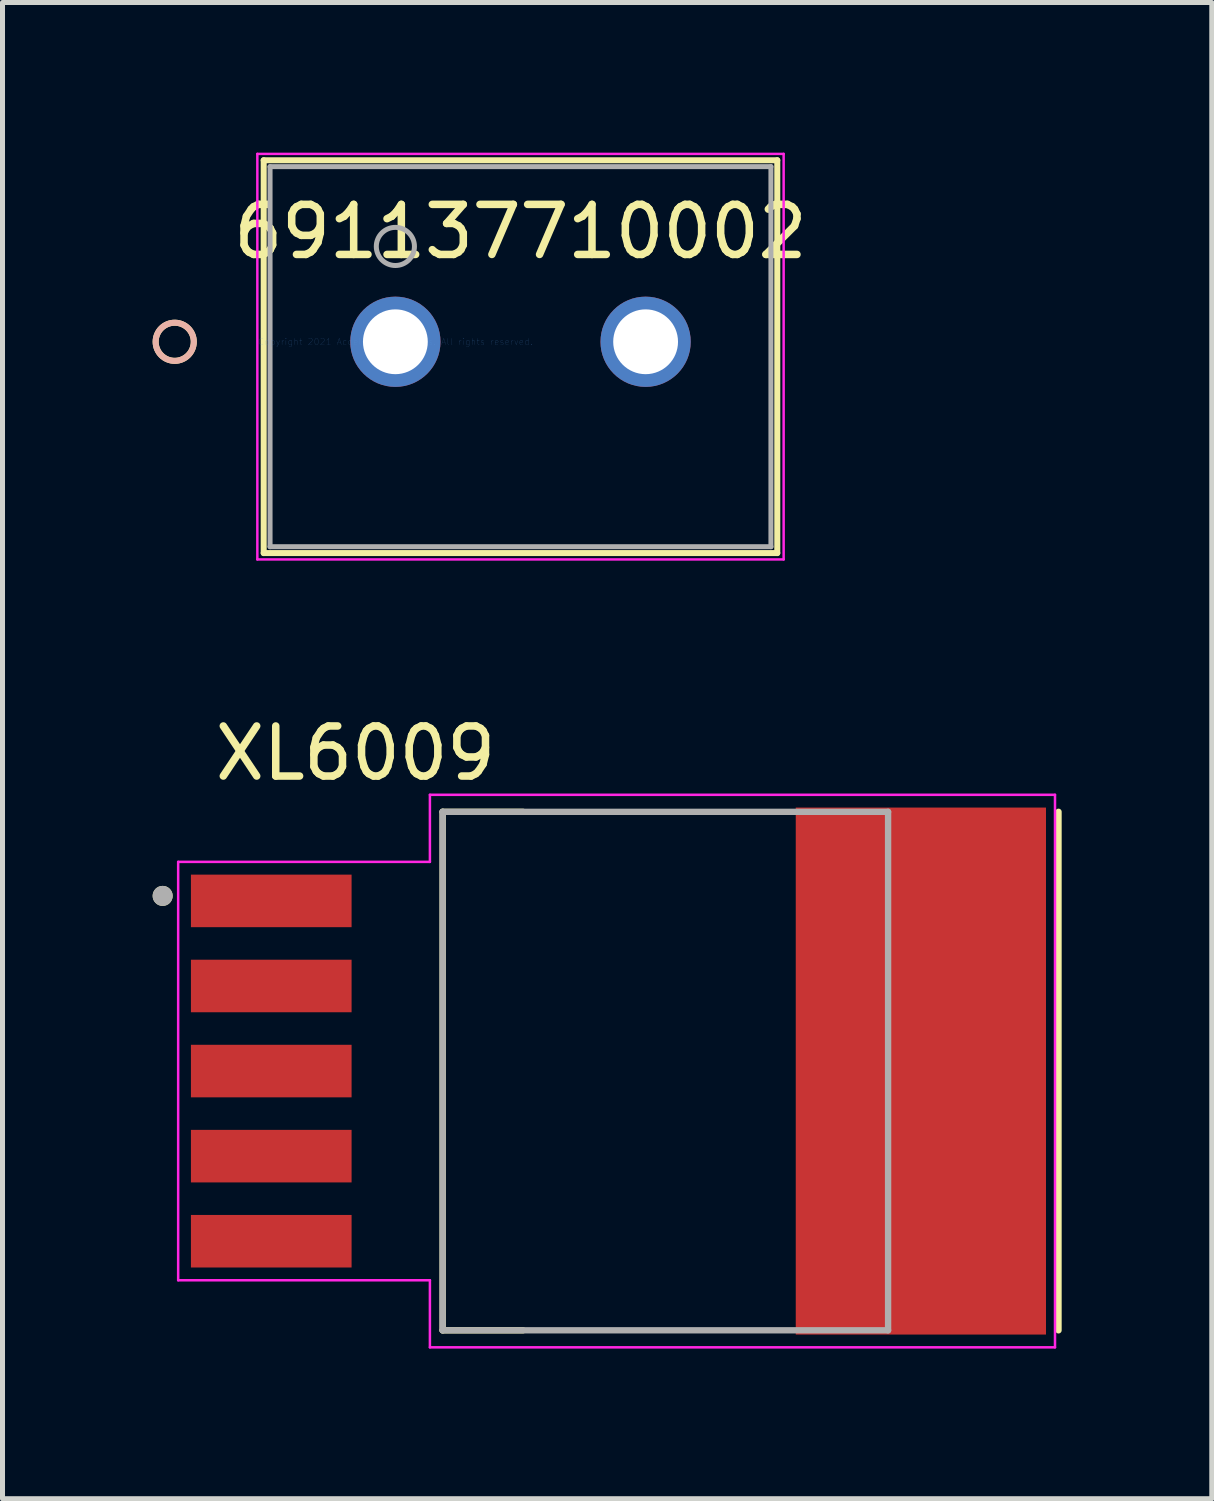
<source format=kicad_pcb>
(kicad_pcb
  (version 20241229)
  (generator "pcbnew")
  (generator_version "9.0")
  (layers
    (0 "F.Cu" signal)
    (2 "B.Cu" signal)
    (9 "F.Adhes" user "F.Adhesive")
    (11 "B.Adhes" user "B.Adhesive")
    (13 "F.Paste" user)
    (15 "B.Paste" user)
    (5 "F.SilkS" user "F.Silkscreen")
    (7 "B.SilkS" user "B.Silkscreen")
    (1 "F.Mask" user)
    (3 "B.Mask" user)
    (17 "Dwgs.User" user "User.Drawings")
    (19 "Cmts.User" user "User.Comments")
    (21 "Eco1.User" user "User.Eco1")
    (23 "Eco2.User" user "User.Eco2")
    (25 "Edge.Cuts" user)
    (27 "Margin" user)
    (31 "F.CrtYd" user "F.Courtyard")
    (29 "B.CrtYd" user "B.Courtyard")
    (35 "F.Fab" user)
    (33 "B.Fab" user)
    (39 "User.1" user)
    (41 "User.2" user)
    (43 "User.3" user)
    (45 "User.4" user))
  (footprint "XL6009"
    (layer "F.Cu")
    (at 8.5 18.351)
    (property "Reference" "XL6009" (at -4.445 -6.35 0) (layer "F.SilkS") (effects (font (size 1 1) (thickness 0.15))))
    (attr through_hole)
    (fp_line (start -2.705 -5.18) (end -2.705 5.18) (stroke (width 0.127) (type solid)) (layer "F.SilkS"))
    (fp_line (start -1.1 -5.18) (end -2.705 -5.18) (stroke (width 0.127) (type solid)) (layer "F.SilkS"))
    (fp_line (start -1.1 5.18) (end -2.705 5.18) (stroke (width 0.127) (type solid)) (layer "F.SilkS"))
    (fp_line (start 9.6 -5.18) (end 9.6 5.18) (stroke (width 0.127) (type solid)) (layer "F.SilkS"))
    (fp_circle (center -8.3 -3.5) (end -8.2 -3.5) (stroke (width 0.2) (type solid)) (fill no) (layer "F.SilkS"))
    (fp_line (start -7.99 -4.18) (end -7.99 4.18) (stroke (width 0.05) (type solid)) (layer "F.CrtYd"))
    (fp_line (start -7.99 4.18) (end -2.96 4.18) (stroke (width 0.05) (type solid)) (layer "F.CrtYd"))
    (fp_line (start -2.96 -5.52) (end -2.96 -4.18) (stroke (width 0.05) (type solid)) (layer "F.CrtYd"))
    (fp_line (start -2.96 -4.18) (end -7.99 -4.18) (stroke (width 0.05) (type solid)) (layer "F.CrtYd"))
    (fp_line (start -2.96 4.18) (end -2.96 5.52) (stroke (width 0.05) (type solid)) (layer "F.CrtYd"))
    (fp_line (start -2.96 5.52) (end 9.53 5.52) (stroke (width 0.05) (type solid)) (layer "F.CrtYd"))
    (fp_line (start 9.53 -5.52) (end -2.96 -5.52) (stroke (width 0.05) (type solid)) (layer "F.CrtYd"))
    (fp_line (start 9.53 5.52) (end 9.53 -5.52) (stroke (width 0.05) (type solid)) (layer "F.CrtYd"))
    (fp_line (start -2.705 -5.18) (end -2.705 5.18) (stroke (width 0.127) (type solid)) (layer "F.Fab"))
    (fp_line (start -2.705 5.18) (end 6.195 5.18) (stroke (width 0.127) (type solid)) (layer "F.Fab"))
    (fp_line (start 6.195 -5.18) (end -2.705 -5.18) (stroke (width 0.127) (type solid)) (layer "F.Fab"))
    (fp_line (start 6.195 5.18) (end 6.195 -5.18) (stroke (width 0.127) (type solid)) (layer "F.Fab"))
    (fp_circle (center -8.3 -3.5) (end -8.2 -3.5) (stroke (width 0.2) (type solid)) (fill no) (layer "F.Fab"))
    (pad "" smd rect (at -6.13 0) (size 3.21 1.05) (layers "F.Cu" "F.Mask" "F.Paste"))
    (pad "1" smd rect (at -6.13 -3.4) (size 3.21 1.05) (layers "F.Cu" "F.Mask" "F.Paste"))
    (pad "2" smd rect (at -6.13 -1.7) (size 3.21 1.05) (layers "F.Cu" "F.Mask" "F.Paste"))
    (pad "3" smd rect (at 6.85 0) (size 5 10.53) (layers "F.Cu" "F.Mask" "F.Paste"))
    (pad "4" smd rect (at -6.13 1.7) (size 3.21 1.05) (layers "F.Cu" "F.Mask" "F.Paste"))
    (pad "5" smd rect (at -6.13 3.4) (size 3.21 1.05) (layers "F.Cu" "F.Mask" "F.Paste")))
  (footprint "691137710002"
    (layer "F.Cu")
    (at 4.85 3.779)
    (property "Reference" "691137710002" (at 2.5 -2.2 0) (layer "F.SilkS") (effects (font (size 1 1) (thickness 0.15))))
    (attr through_hole)
    (fp_line (start -2.631 -3.627) (end -2.631 4.222) (stroke (width 0.12) (type solid)) (layer "F.SilkS"))
    (fp_line (start -2.631 4.222) (end 7.631 4.222) (stroke (width 0.12) (type solid)) (layer "F.SilkS"))
    (fp_line (start 7.631 -3.627) (end -2.631 -3.627) (stroke (width 0.12) (type solid)) (layer "F.SilkS"))
    (fp_line (start 7.631 4.222) (end 7.631 -3.627) (stroke (width 0.12) (type solid)) (layer "F.SilkS"))
    (fp_circle (center -4.409 0) (end -4.028 0) (stroke (width 0.12) (type solid)) (fill no) (layer "F.SilkS"))
    (fp_circle (center -4.409 0) (end -4.028 0) (stroke (width 0.12) (type solid)) (fill no) (layer "B.SilkS"))
    (fp_line (start -2.758 -3.754) (end -2.758 4.349) (stroke (width 0.05) (type solid)) (layer "F.CrtYd"))
    (fp_line (start -2.758 4.349) (end 7.758 4.349) (stroke (width 0.05) (type solid)) (layer "F.CrtYd"))
    (fp_line (start 7.758 -3.754) (end -2.758 -3.754) (stroke (width 0.05) (type solid)) (layer "F.CrtYd"))
    (fp_line (start 7.758 4.349) (end 7.758 -3.754) (stroke (width 0.05) (type solid)) (layer "F.CrtYd"))
    (fp_line (start -2.504 -3.5) (end -2.504 4.095) (stroke (width 0.1) (type solid)) (layer "F.Fab"))
    (fp_line (start -2.504 4.095) (end 7.504 4.095) (stroke (width 0.1) (type solid)) (layer "F.Fab"))
    (fp_line (start 7.504 -3.5) (end -2.504 -3.5) (stroke (width 0.1) (type solid)) (layer "F.Fab"))
    (fp_line (start 7.504 4.095) (end 7.504 -3.5) (stroke (width 0.1) (type solid)) (layer "F.Fab"))
    (fp_circle (center 0 -1.905) (end 0.381 -1.905) (stroke (width 0.1) (type solid)) (fill no) (layer "F.Fab"))
    (fp_text user "*" (at 0 0 0) (layer "F.SilkS") (effects (font (size 1 1) (thickness 0.15))))
    (fp_text user "Copyright 2021 Accelerated Designs. All rights reserved." (at 0 0 0) (layer "Cmts.User") (effects (font (size 0.127 0.127) (thickness 0.002))))
    (fp_text user "*" (at 0 0 0) (layer "F.Fab") (effects (font (size 1 1) (thickness 0.15))))
    (pad "1" thru_hole circle (at 0 0) (size 1.803 1.803) (drill 1.295) (layers "*.Cu" "*.Mask"))
    (pad "2" thru_hole circle (at 5 0) (size 1.803 1.803) (drill 1.295) (layers "*.Cu" "*.Mask")))
  (gr_rect
    (start -3 -3)
    (end 21.163 26.896)
    (stroke (width 0.1) (type default))
    (fill no)
    (layer "Edge.Cuts")))
</source>
